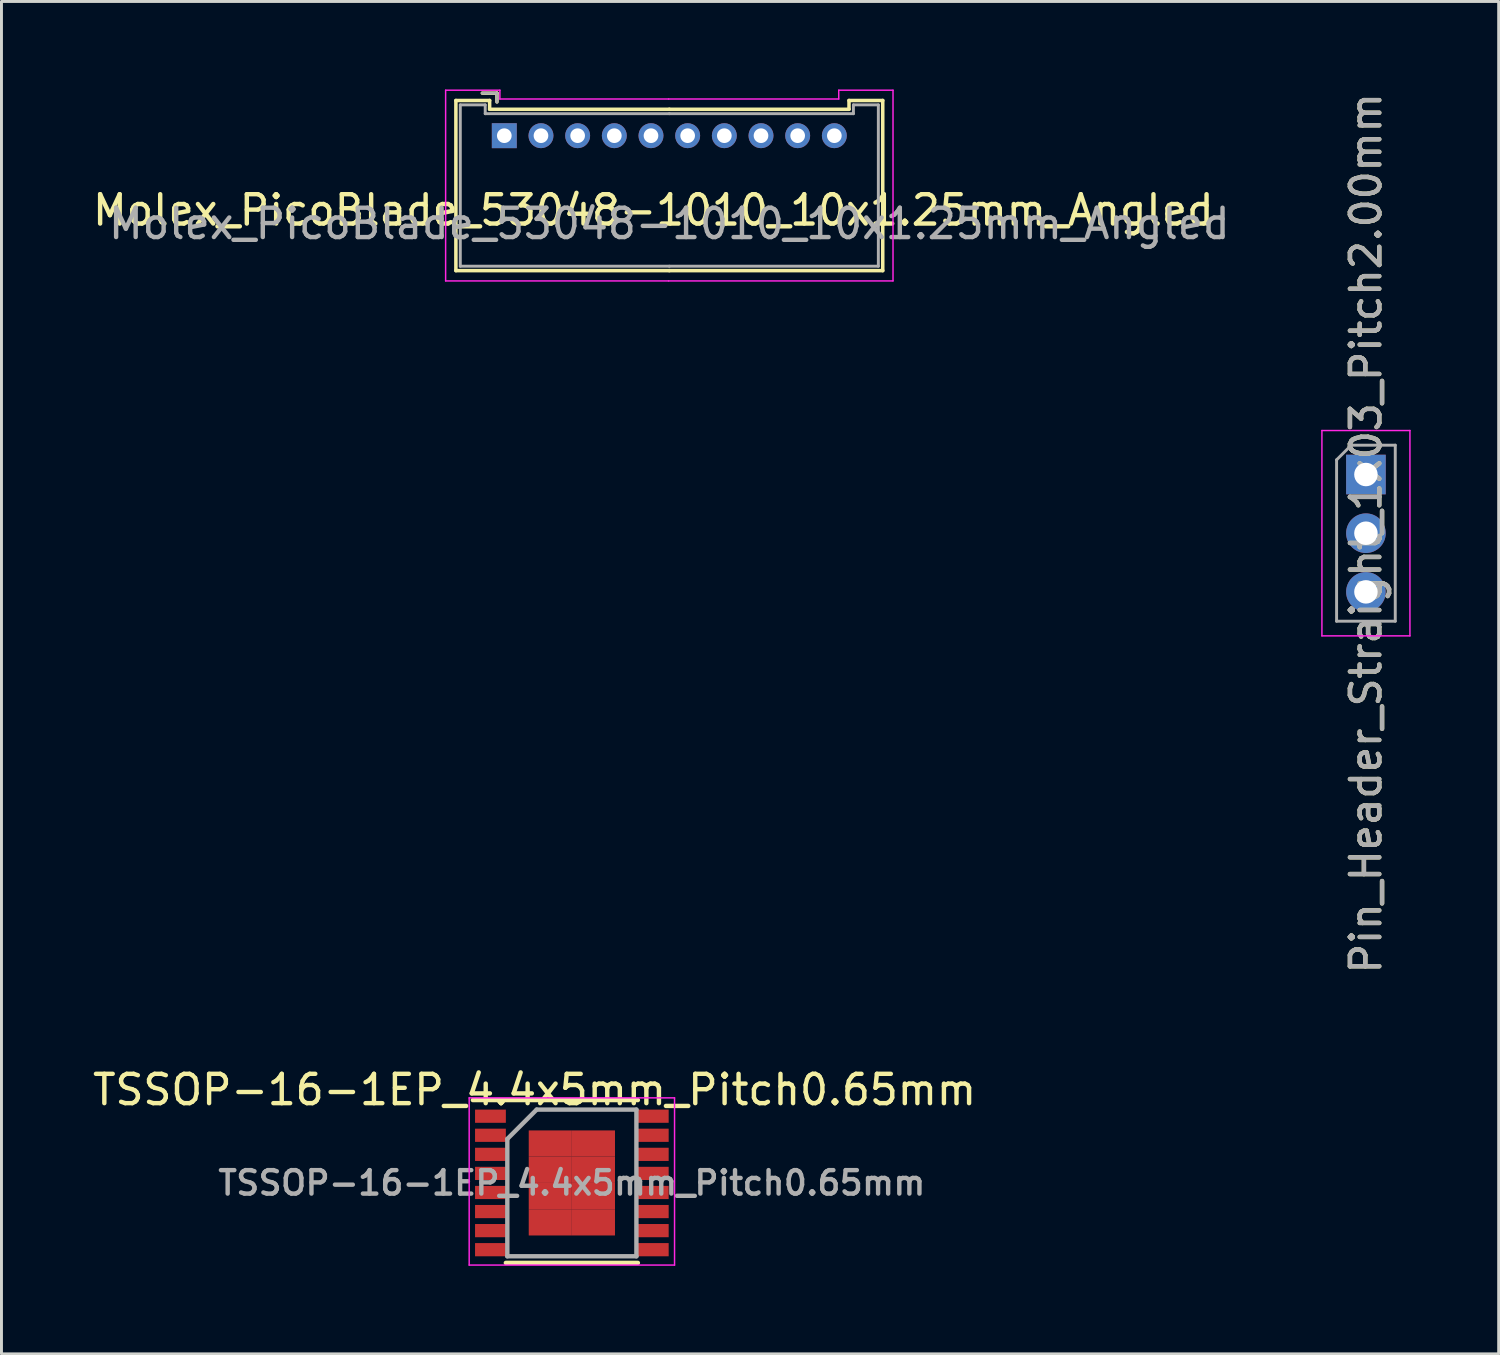
<source format=kicad_pcb>
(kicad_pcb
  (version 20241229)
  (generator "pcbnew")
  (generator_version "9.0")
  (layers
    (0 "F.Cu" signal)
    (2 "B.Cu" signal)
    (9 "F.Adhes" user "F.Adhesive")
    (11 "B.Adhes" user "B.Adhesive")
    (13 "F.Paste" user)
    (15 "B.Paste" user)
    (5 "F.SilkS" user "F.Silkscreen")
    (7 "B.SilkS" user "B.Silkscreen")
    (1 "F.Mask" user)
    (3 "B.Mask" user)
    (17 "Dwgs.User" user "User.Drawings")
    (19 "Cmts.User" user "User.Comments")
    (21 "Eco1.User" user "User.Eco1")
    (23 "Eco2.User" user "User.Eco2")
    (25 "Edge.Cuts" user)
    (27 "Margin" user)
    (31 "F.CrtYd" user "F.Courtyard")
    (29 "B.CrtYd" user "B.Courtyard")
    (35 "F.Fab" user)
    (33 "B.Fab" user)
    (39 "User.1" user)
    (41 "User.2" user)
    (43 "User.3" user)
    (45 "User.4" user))
  (footprint "TSSOP-16-1EP_4.4x5mm_Pitch0.65mm"
    (layer "F.Cu")
    (at 16.443 37.273)
    (property "Reference" "TSSOP-16-1EP_4.4x5mm_Pitch0.65mm" (at -1.27 -3.175 0) (layer "F.SilkS") (effects (font (size 1 1) (thickness 0.15))))
    (attr smd)
    (fp_line (start -3.375 -2.825) (end 2.25 -2.825) (stroke (width 0.15) (type solid)) (layer "F.SilkS"))
    (fp_line (start -2.25 2.725) (end 2.25 2.725) (stroke (width 0.15) (type solid)) (layer "F.SilkS"))
    (fp_line (start -3.5 -2.9) (end -3.5 2.8) (stroke (width 0.05) (type solid)) (layer "F.CrtYd"))
    (fp_line (start -3.5 -2.9) (end 3.5 -2.9) (stroke (width 0.05) (type solid)) (layer "F.CrtYd"))
    (fp_line (start -3.5 2.8) (end 3.5 2.8) (stroke (width 0.05) (type solid)) (layer "F.CrtYd"))
    (fp_line (start 3.5 -2.9) (end 3.5 2.8) (stroke (width 0.05) (type solid)) (layer "F.CrtYd"))
    (fp_line (start -2.2 -1.5) (end -1.2 -2.5) (stroke (width 0.15) (type solid)) (layer "F.Fab"))
    (fp_line (start -2.2 2.5) (end -2.2 -1.5) (stroke (width 0.15) (type solid)) (layer "F.Fab"))
    (fp_line (start -1.2 -2.5) (end 2.2 -2.5) (stroke (width 0.15) (type solid)) (layer "F.Fab"))
    (fp_line (start 2.2 -2.5) (end 2.2 2.5) (stroke (width 0.15) (type solid)) (layer "F.Fab"))
    (fp_line (start 2.2 2.5) (end -2.2 2.5) (stroke (width 0.15) (type solid)) (layer "F.Fab"))
    (fp_text user "${REFERENCE}" (at 0 0 0) (layer "F.Fab") (effects (font (size 0.8 0.8) (thickness 0.15))))
    (pad "1" smd rect (at -2.775 -2.275) (size 1.05 0.45) (layers "F.Cu" "F.Mask" "F.Paste"))
    (pad "2" smd rect (at -2.775 -1.625) (size 1.05 0.45) (layers "F.Cu" "F.Mask" "F.Paste"))
    (pad "3" smd rect (at -2.775 -0.975) (size 1.05 0.45) (layers "F.Cu" "F.Mask" "F.Paste"))
    (pad "4" smd rect (at -2.775 -0.325) (size 1.05 0.45) (layers "F.Cu" "F.Mask" "F.Paste"))
    (pad "5" smd rect (at -2.775 0.325) (size 1.05 0.45) (layers "F.Cu" "F.Mask" "F.Paste"))
    (pad "6" smd rect (at -2.775 0.975) (size 1.05 0.45) (layers "F.Cu" "F.Mask" "F.Paste"))
    (pad "7" smd rect (at -2.775 1.625) (size 1.05 0.45) (layers "F.Cu" "F.Mask" "F.Paste"))
    (pad "8" smd rect (at -2.775 2.275) (size 1.05 0.45) (layers "F.Cu" "F.Mask" "F.Paste"))
    (pad "9" smd rect (at 2.775 2.275) (size 1.05 0.45) (layers "F.Cu" "F.Mask" "F.Paste"))
    (pad "10" smd rect (at 2.775 1.625) (size 1.05 0.45) (layers "F.Cu" "F.Mask" "F.Paste"))
    (pad "11" smd rect (at 2.775 0.975) (size 1.05 0.45) (layers "F.Cu" "F.Mask" "F.Paste"))
    (pad "12" smd rect (at 2.775 0.325) (size 1.05 0.45) (layers "F.Cu" "F.Mask" "F.Paste"))
    (pad "13" smd rect (at 2.775 -0.325) (size 1.05 0.45) (layers "F.Cu" "F.Mask" "F.Paste"))
    (pad "14" smd rect (at 2.775 -0.975) (size 1.05 0.45) (layers "F.Cu" "F.Mask" "F.Paste"))
    (pad "15" smd rect (at 2.775 -1.625) (size 1.05 0.45) (layers "F.Cu" "F.Mask" "F.Paste"))
    (pad "16" smd rect (at -0.735 -1.343) (size 1.47 0.895) (layers "F.Cu" "F.Mask" "F.Paste"))
    (pad "16" smd rect (at -0.735 -0.448) (size 1.47 0.895) (layers "F.Cu" "F.Mask" "F.Paste"))
    (pad "16" smd rect (at -0.735 0.448) (size 1.47 0.895) (layers "F.Cu" "F.Mask" "F.Paste"))
    (pad "16" smd rect (at -0.735 1.343) (size 1.47 0.895) (layers "F.Cu" "F.Mask" "F.Paste"))
    (pad "16" smd rect (at 0.735 -1.343) (size 1.47 0.895) (layers "F.Cu" "F.Mask" "F.Paste"))
    (pad "16" smd rect (at 0.735 -0.448) (size 1.47 0.895) (layers "F.Cu" "F.Mask" "F.Paste"))
    (pad "16" smd rect (at 0.735 0.448) (size 1.47 0.895) (layers "F.Cu" "F.Mask" "F.Paste"))
    (pad "16" smd rect (at 0.735 1.343) (size 1.47 0.895) (layers "F.Cu" "F.Mask" "F.Paste"))
    (pad "16" smd rect (at 2.775 -2.275) (size 1.05 0.45) (layers "F.Cu" "F.Mask" "F.Paste")))
  (footprint "Pin_Header_Straight_1x03_Pitch2.00mm"
    (layer "F.Cu")
    (at 43.51 13.125)
    (property "Reference" "Pin_Header_Straight_1x03_Pitch2.00mm" (at 0 2 90) (layer "F.SilkS") (effects (font (size 1 1) (thickness 0.15))))
    (attr through_hole)
    (fp_line (start -1.5 -1.5) (end -1.5 5.5) (stroke (width 0.05) (type solid)) (layer "F.CrtYd"))
    (fp_line (start -1.5 5.5) (end 1.5 5.5) (stroke (width 0.05) (type solid)) (layer "F.CrtYd"))
    (fp_line (start 1.5 -1.5) (end -1.5 -1.5) (stroke (width 0.05) (type solid)) (layer "F.CrtYd"))
    (fp_line (start 1.5 5.5) (end 1.5 -1.5) (stroke (width 0.05) (type solid)) (layer "F.CrtYd"))
    (fp_line (start -1 -0.5) (end -0.5 -1) (stroke (width 0.1) (type solid)) (layer "F.Fab"))
    (fp_line (start -1 5) (end -1 -0.5) (stroke (width 0.1) (type solid)) (layer "F.Fab"))
    (fp_line (start -0.5 -1) (end 1 -1) (stroke (width 0.1) (type solid)) (layer "F.Fab"))
    (fp_line (start 1 -1) (end 1 5) (stroke (width 0.1) (type solid)) (layer "F.Fab"))
    (fp_line (start 1 5) (end -1 5) (stroke (width 0.1) (type solid)) (layer "F.Fab"))
    (fp_text user "${REFERENCE}" (at 0 2 90) (layer "F.Fab") (effects (font (size 1 1) (thickness 0.15))))
    (pad "1" thru_hole rect (at 0 0) (size 1.35 1.35) (drill 0.8) (layers "*.Cu" "*.Mask"))
    (pad "2" thru_hole oval (at 0 2) (size 1.35 1.35) (drill 0.8) (layers "*.Cu" "*.Mask"))
    (pad "3" thru_hole oval (at 0 4) (size 1.35 1.35) (drill 0.8) (layers "*.Cu" "*.Mask")))
  (footprint "Molex_PicoBlade_53048-1010_10x1.25mm_Angled"
    (layer "F.Cu")
    (at 14.14 1.575)
    (property "Reference" "Molex_PicoBlade_53048-1010_10x1.25mm_Angled" (at 5.08 2.54 0) (layer "F.SilkS") (effects (font (size 1 1) (thickness 0.15))))
    (attr through_hole)
    (fp_line (start -1.65 -1.2) (end -1.65 4.6) (stroke (width 0.12) (type solid)) (layer "F.SilkS"))
    (fp_line (start -1.65 4.6) (end 5.625 4.6) (stroke (width 0.12) (type solid)) (layer "F.SilkS"))
    (fp_line (start -0.5 -1.2) (end -1.65 -1.2) (stroke (width 0.12) (type solid)) (layer "F.SilkS"))
    (fp_line (start -0.5 -0.9) (end -0.5 -1.2) (stroke (width 0.12) (type solid)) (layer "F.SilkS"))
    (fp_line (start -0.25 -1.45) (end -0.75 -1.45) (stroke (width 0.12) (type solid)) (layer "F.SilkS"))
    (fp_line (start -0.25 -1.15) (end -0.25 -1.45) (stroke (width 0.12) (type solid)) (layer "F.SilkS"))
    (fp_line (start 5.625 -0.9) (end -0.5 -0.9) (stroke (width 0.12) (type solid)) (layer "F.SilkS"))
    (fp_line (start 5.625 -0.9) (end 11.75 -0.9) (stroke (width 0.12) (type solid)) (layer "F.SilkS"))
    (fp_line (start 11.75 -1.2) (end 12.9 -1.2) (stroke (width 0.12) (type solid)) (layer "F.SilkS"))
    (fp_line (start 11.75 -0.9) (end 11.75 -1.2) (stroke (width 0.12) (type solid)) (layer "F.SilkS"))
    (fp_line (start 12.9 -1.2) (end 12.9 4.6) (stroke (width 0.12) (type solid)) (layer "F.SilkS"))
    (fp_line (start 12.9 4.6) (end 5.625 4.6) (stroke (width 0.12) (type solid)) (layer "F.SilkS"))
    (fp_line (start -2 -1.55) (end -2 4.95) (stroke (width 0.05) (type solid)) (layer "F.CrtYd"))
    (fp_line (start -2 4.95) (end 5.6 4.95) (stroke (width 0.05) (type solid)) (layer "F.CrtYd"))
    (fp_line (start -0.15 -1.55) (end -2 -1.55) (stroke (width 0.05) (type solid)) (layer "F.CrtYd"))
    (fp_line (start -0.15 -1.25) (end -0.15 -1.55) (stroke (width 0.05) (type solid)) (layer "F.CrtYd"))
    (fp_line (start 5.6 -1.25) (end -0.15 -1.25) (stroke (width 0.05) (type solid)) (layer "F.CrtYd"))
    (fp_line (start 5.6 -1.25) (end 11.4 -1.25) (stroke (width 0.05) (type solid)) (layer "F.CrtYd"))
    (fp_line (start 11.4 -1.55) (end 13.25 -1.55) (stroke (width 0.05) (type solid)) (layer "F.CrtYd"))
    (fp_line (start 11.4 -1.25) (end 11.4 -1.55) (stroke (width 0.05) (type solid)) (layer "F.CrtYd"))
    (fp_line (start 13.25 -1.55) (end 13.25 4.95) (stroke (width 0.05) (type solid)) (layer "F.CrtYd"))
    (fp_line (start 13.25 4.95) (end 5.6 4.95) (stroke (width 0.05) (type solid)) (layer "F.CrtYd"))
    (fp_line (start -1.5 -1.05) (end -1.5 4.45) (stroke (width 0.1) (type solid)) (layer "F.Fab"))
    (fp_line (start -1.5 4.45) (end 5.625 4.45) (stroke (width 0.1) (type solid)) (layer "F.Fab"))
    (fp_line (start -0.65 -1.05) (end -1.5 -1.05) (stroke (width 0.1) (type solid)) (layer "F.Fab"))
    (fp_line (start -0.65 -0.75) (end -0.65 -1.05) (stroke (width 0.1) (type solid)) (layer "F.Fab"))
    (fp_line (start -0.25 -1.45) (end -0.75 -1.45) (stroke (width 0.1) (type solid)) (layer "F.Fab"))
    (fp_line (start -0.25 -1.15) (end -0.25 -1.45) (stroke (width 0.1) (type solid)) (layer "F.Fab"))
    (fp_line (start 5.625 -0.75) (end -0.65 -0.75) (stroke (width 0.1) (type solid)) (layer "F.Fab"))
    (fp_line (start 5.625 -0.75) (end 11.9 -0.75) (stroke (width 0.1) (type solid)) (layer "F.Fab"))
    (fp_line (start 11.9 -1.05) (end 12.75 -1.05) (stroke (width 0.1) (type solid)) (layer "F.Fab"))
    (fp_line (start 11.9 -0.75) (end 11.9 -1.05) (stroke (width 0.1) (type solid)) (layer "F.Fab"))
    (fp_line (start 12.75 -1.05) (end 12.75 4.45) (stroke (width 0.1) (type solid)) (layer "F.Fab"))
    (fp_line (start 12.75 4.45) (end 5.625 4.45) (stroke (width 0.1) (type solid)) (layer "F.Fab"))
    (fp_text user "${REFERENCE}" (at 5.625 3 0) (layer "F.Fab") (effects (font (size 1 1) (thickness 0.15))))
    (pad "1" thru_hole rect (at 0 0) (size 0.85 0.85) (drill 0.5) (layers "*.Cu" "*.Mask"))
    (pad "2" thru_hole circle (at 1.25 0) (size 0.85 0.85) (drill 0.5) (layers "*.Cu" "*.Mask"))
    (pad "3" thru_hole circle (at 2.5 0) (size 0.85 0.85) (drill 0.5) (layers "*.Cu" "*.Mask"))
    (pad "4" thru_hole circle (at 3.75 0) (size 0.85 0.85) (drill 0.5) (layers "*.Cu" "*.Mask"))
    (pad "5" thru_hole circle (at 5 0) (size 0.85 0.85) (drill 0.5) (layers "*.Cu" "*.Mask"))
    (pad "6" thru_hole circle (at 6.25 0) (size 0.85 0.85) (drill 0.5) (layers "*.Cu" "*.Mask"))
    (pad "7" thru_hole circle (at 7.5 0) (size 0.85 0.85) (drill 0.5) (layers "*.Cu" "*.Mask"))
    (pad "8" thru_hole circle (at 8.75 0) (size 0.85 0.85) (drill 0.5) (layers "*.Cu" "*.Mask"))
    (pad "9" thru_hole circle (at 10 0) (size 0.85 0.85) (drill 0.5) (layers "*.Cu" "*.Mask"))
    (pad "10" thru_hole circle (at 11.25 0) (size 0.85 0.85) (drill 0.5) (layers "*.Cu" "*.Mask")))
  (gr_rect
    (start -3 -3)
    (end 48.035 43.098)
    (stroke (width 0.1) (type default))
    (fill no)
    (layer "Edge.Cuts")))
</source>
